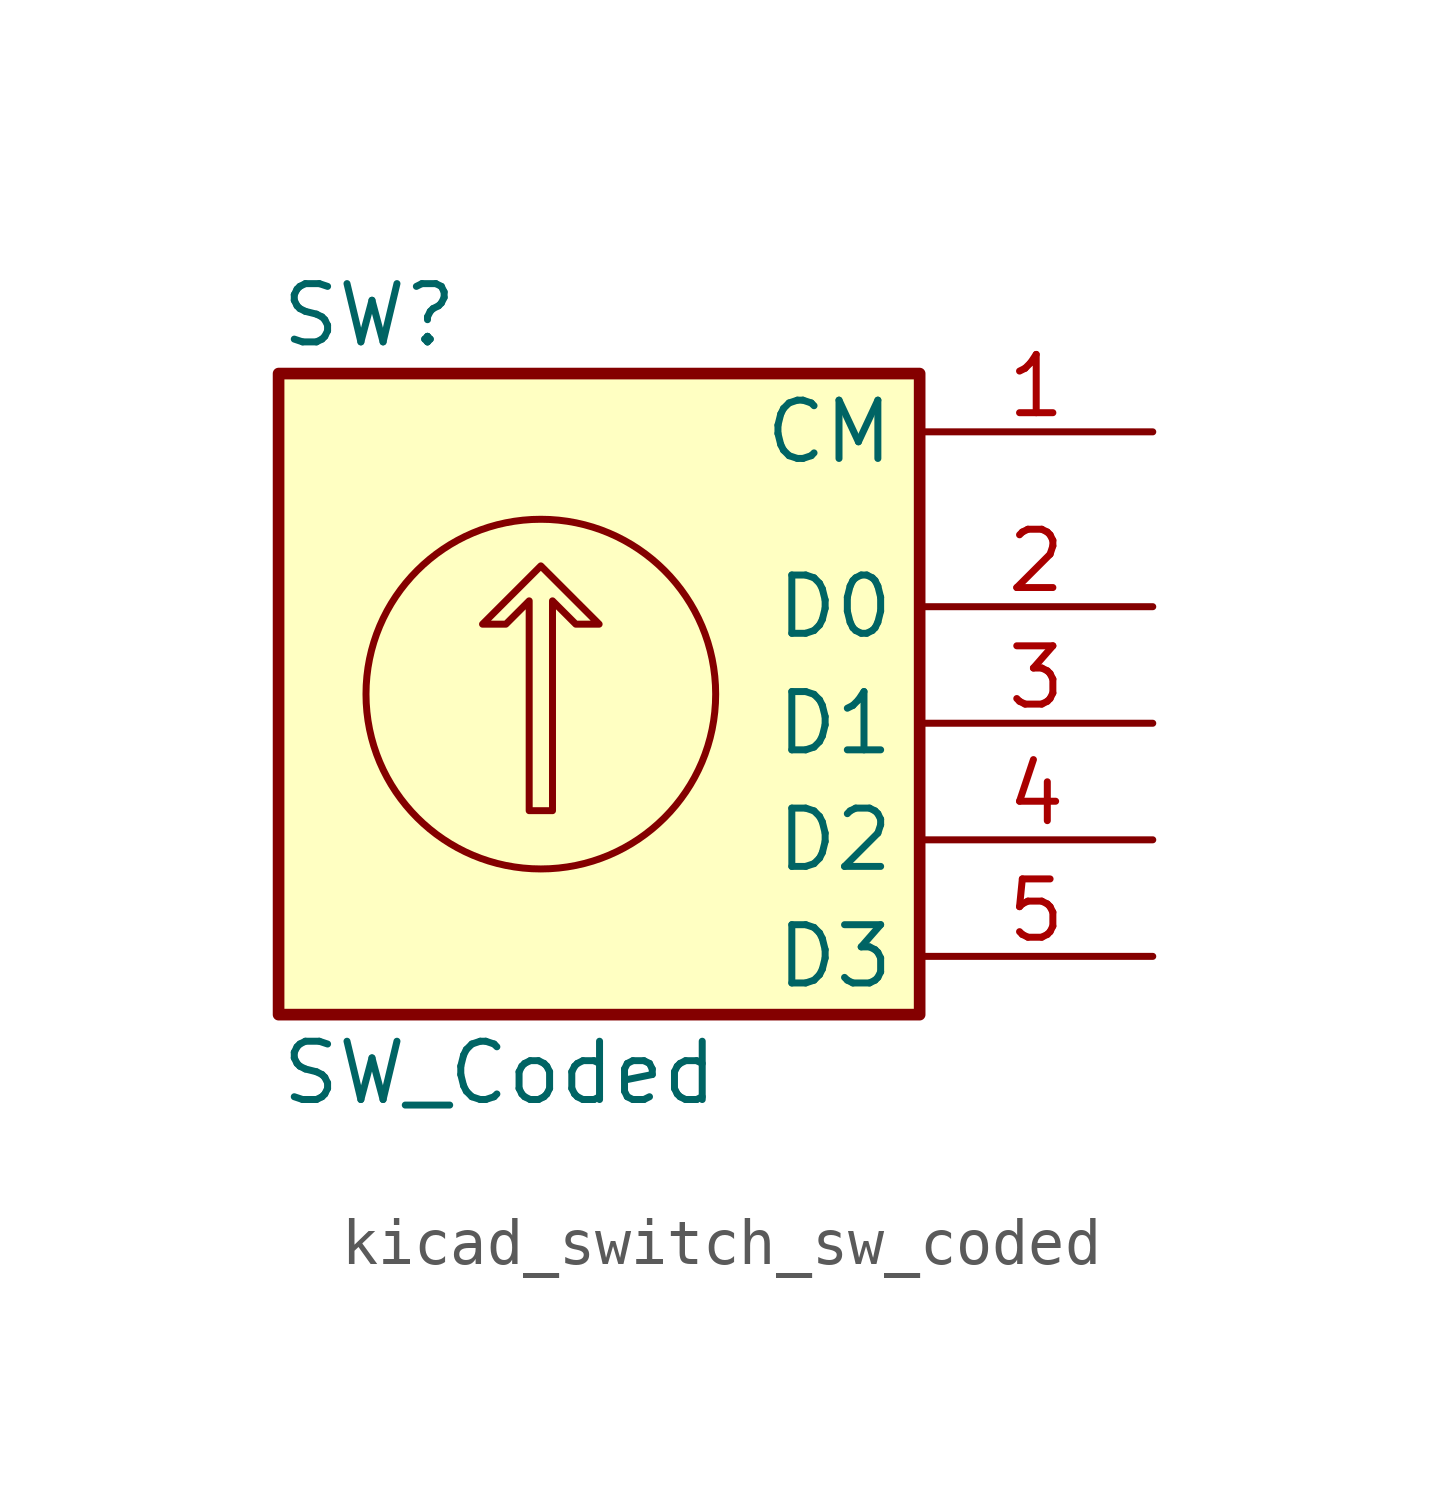
<source format=kicad_sym>
(kicad_symbol_lib
  (version 20220914)
  (generator kicad_symbol_editor)
  (symbol "kicad_switch_sw_coded"
    (property "Reference" "SW"
      (at -6.35 8.89 0)
      (effects (font (size 1.27 1.27)) (justify left)))
    (property "Value" "SW_Coded"
      (at -6.35 -7.62 0)
      (effects (font (size 1.27 1.27)) (justify left)))
    (symbol "kicad_switch_sw_coded_0_1"
      (circle (center -0.635 0.635) (radius 3.81) (stroke (width 0) (type default)) (fill (type none)))
      (polyline (pts (xy -0.889 -1.905) (xy -0.889 2.667) (xy -1.397 2.159) (xy -1.905 2.159) (xy -0.635 3.429) (xy 0.635 2.159) (xy 0.127 2.159) (xy -0.381 2.667) (xy -0.381 -1.905) (xy -0.889 -1.905) (xy -0.889 -1.905)) (stroke (width 0) (type default)) (fill (type none)))
      (rectangle (start 7.62 7.62) (end -6.35 -6.35) (stroke (width 0.254) (type default)) (fill (type background))))
    (symbol "kicad_switch_sw_coded_1_1"
      (pin passive line (at 12.7 6.35 180) (length 5.08) (name "CM" (effects (font (size 1.27 1.27)))) (number "1" (effects (font (size 1.27 1.27)))))
      (pin passive line (at 12.7 2.54 180) (length 5.08) (name "D0" (effects (font (size 1.27 1.27)))) (number "2" (effects (font (size 1.27 1.27)))))
      (pin passive line (at 12.7 0 180) (length 5.08) (name "D1" (effects (font (size 1.27 1.27)))) (number "3" (effects (font (size 1.27 1.27)))))
      (pin passive line (at 12.7 -2.54 180) (length 5.08) (name "D2" (effects (font (size 1.27 1.27)))) (number "4" (effects (font (size 1.27 1.27)))))
      (pin passive line (at 12.7 -5.08 180) (length 5.08) (name "D3" (effects (font (size 1.27 1.27)))) (number "5" (effects (font (size 1.27 1.27))))))))
</source>
